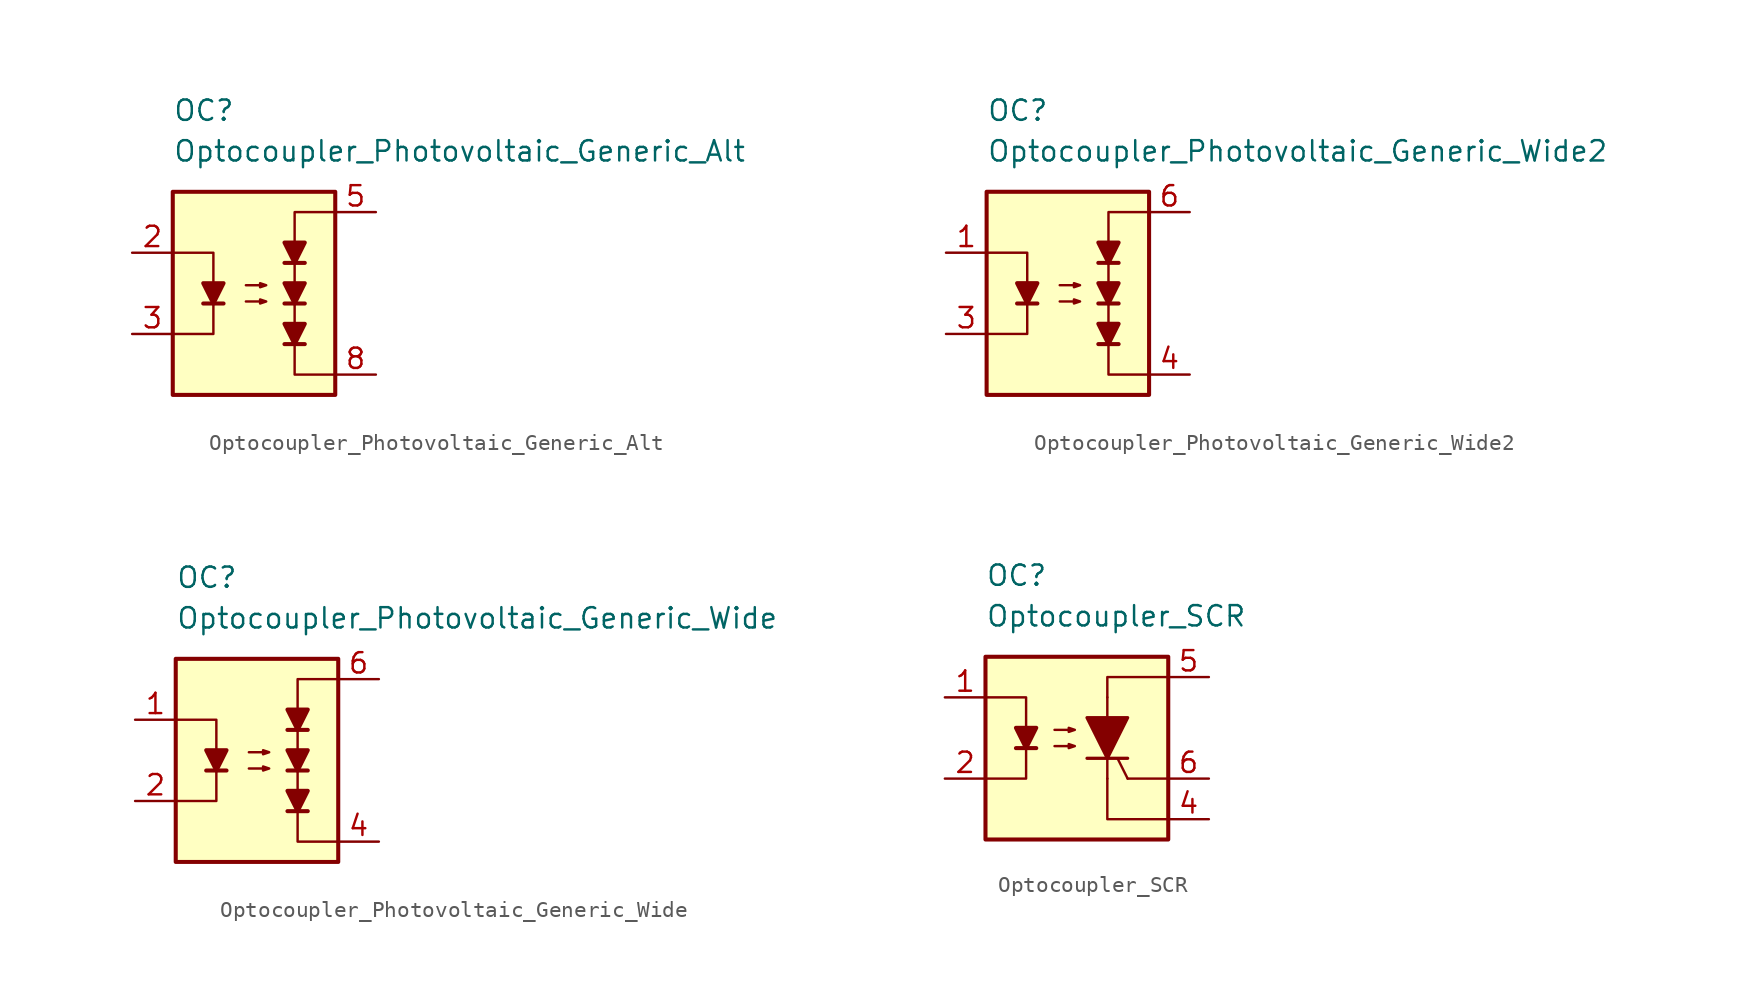
<source format=kicad_sym>
(kicad_symbol_lib
  (version 20231120)
  (generator "kicad_symbol_editor")
  (generator_version "8.0")
  (symbol "Optocoupler_Photovoltaic_Generic_Alt"
    (pin_names
      (offset 1.016))
    (property "Reference" "OC"
      (at -5.08 11.43 0)
      (effects (font (size 1.27 1.27)) (justify left)))
    (property "Value" "Optocoupler_Photovoltaic_Generic_Alt"
      (at -5.08 8.89 0)
      (effects (font (size 1.27 1.27)) (justify left)))
    (symbol "Optocoupler_Photovoltaic_Generic_Alt_0_0"
      (rectangle (start -5.08 6.35) (end 5.08 -6.35) (stroke (width 0.254) (type default)) (fill (type background)))
      (polyline (pts (xy 5.08 -5.08) (xy 2.54 -5.08) (xy 2.54 5.08) (xy 5.08 5.08)) (stroke (width 0) (type default)) (fill (type none))))
    (symbol "Optocoupler_Photovoltaic_Generic_Alt_0_1"
      (polyline (pts (xy -3.175 -0.635) (xy -1.905 -0.635)) (stroke (width 0.254) (type default)) (fill (type none)))
      (polyline (pts (xy -5.08 2.54) (xy -2.54 2.54) (xy -2.54 -0.635)) (stroke (width 0) (type default)) (fill (type none)))
      (polyline (pts (xy -2.54 -0.635) (xy -2.54 -2.54) (xy -5.08 -2.54)) (stroke (width 0) (type default)) (fill (type none)))
      (polyline (pts (xy -2.54 -0.635) (xy -3.175 0.635) (xy -1.905 0.635) (xy -2.54 -0.635)) (stroke (width 0.254) (type default)) (fill (type outline)))
      (polyline (pts (xy -0.508 -0.508) (xy 0.762 -0.508) (xy 0.381 -0.635) (xy 0.381 -0.381) (xy 0.762 -0.508)) (stroke (width 0) (type default)) (fill (type none)))
      (polyline (pts (xy -0.508 0.508) (xy 0.762 0.508) (xy 0.381 0.381) (xy 0.381 0.635) (xy 0.762 0.508)) (stroke (width 0) (type default)) (fill (type none))))
    (symbol "Optocoupler_Photovoltaic_Generic_Alt_1_1"
      (polyline (pts (xy 1.905 -3.175) (xy 3.175 -3.175)) (stroke (width 0.254) (type default)) (fill (type none)))
      (polyline (pts (xy 1.905 -0.635) (xy 3.175 -0.635)) (stroke (width 0.254) (type default)) (fill (type none)))
      (polyline (pts (xy 1.905 1.905) (xy 3.175 1.905)) (stroke (width 0.254) (type default)) (fill (type none)))
      (polyline (pts (xy 2.54 -3.175) (xy 1.905 -1.905) (xy 3.175 -1.905) (xy 2.54 -3.175)) (stroke (width 0.254) (type default)) (fill (type outline)))
      (polyline (pts (xy 2.54 -0.635) (xy 1.905 0.635) (xy 3.175 0.635) (xy 2.54 -0.635)) (stroke (width 0.254) (type default)) (fill (type outline)))
      (polyline (pts (xy 2.54 1.905) (xy 1.905 3.175) (xy 3.175 3.175) (xy 2.54 1.905)) (stroke (width 0.254) (type default)) (fill (type outline)))
      (pin free line (at -1.27 3.81 0) (length 2.54) hide (name "NC" (effects (font (size 1.27 1.27)))) (number "1" (effects (font (size 1.27 1.27)))))
      (pin passive line (at -7.62 2.54 0) (length 2.54) (name "~" (effects (font (size 1.27 1.27)))) (number "2" (effects (font (size 1.27 1.27)))))
      (pin passive line (at -7.62 -2.54 0) (length 2.54) (name "~" (effects (font (size 1.27 1.27)))) (number "3" (effects (font (size 1.27 1.27)))))
      (pin free line (at -1.27 1.27 0) (length 2.54) hide (name "NC" (effects (font (size 1.27 1.27)))) (number "4" (effects (font (size 1.27 1.27)))))
      (pin passive line (at 7.62 5.08 180) (length 2.54) (name "~" (effects (font (size 1.27 1.27)))) (number "5" (effects (font (size 1.27 1.27)))))
      (pin free line (at -1.27 -1.27 0) (length 2.54) hide (name "NC" (effects (font (size 1.27 1.27)))) (number "6" (effects (font (size 1.27 1.27)))))
      (pin free line (at -1.27 -3.81 0) (length 2.54) hide (name "NC" (effects (font (size 1.27 1.27)))) (number "7" (effects (font (size 1.27 1.27)))))
      (pin passive line (at 7.62 -5.08 180) (length 2.54) (name "~" (effects (font (size 1.27 1.27)))) (number "8" (effects (font (size 1.27 1.27)))))))
  (symbol "Optocoupler_Photovoltaic_Generic_Wide2"
    (pin_names
      (offset 1.016))
    (property "Reference" "OC"
      (at -5.08 11.43 0)
      (effects (font (size 1.27 1.27)) (justify left)))
    (property "Value" "Optocoupler_Photovoltaic_Generic_Wide2"
      (at -5.08 8.89 0)
      (effects (font (size 1.27 1.27)) (justify left)))
    (symbol "Optocoupler_Photovoltaic_Generic_Wide2_0_0"
      (rectangle (start -5.08 6.35) (end 5.08 -6.35) (stroke (width 0.254) (type default)) (fill (type background)))
      (polyline (pts (xy 5.08 -5.08) (xy 2.54 -5.08) (xy 2.54 5.08) (xy 5.08 5.08)) (stroke (width 0) (type default)) (fill (type none))))
    (symbol "Optocoupler_Photovoltaic_Generic_Wide2_0_1"
      (polyline (pts (xy -3.175 -0.635) (xy -1.905 -0.635)) (stroke (width 0.254) (type default)) (fill (type none)))
      (polyline (pts (xy -5.08 2.54) (xy -2.54 2.54) (xy -2.54 -0.635)) (stroke (width 0) (type default)) (fill (type none)))
      (polyline (pts (xy -2.54 -0.635) (xy -2.54 -2.54) (xy -5.08 -2.54)) (stroke (width 0) (type default)) (fill (type none)))
      (polyline (pts (xy -2.54 -0.635) (xy -3.175 0.635) (xy -1.905 0.635) (xy -2.54 -0.635)) (stroke (width 0.254) (type default)) (fill (type outline)))
      (polyline (pts (xy -0.508 -0.508) (xy 0.762 -0.508) (xy 0.381 -0.635) (xy 0.381 -0.381) (xy 0.762 -0.508)) (stroke (width 0) (type default)) (fill (type none)))
      (polyline (pts (xy -0.508 0.508) (xy 0.762 0.508) (xy 0.381 0.381) (xy 0.381 0.635) (xy 0.762 0.508)) (stroke (width 0) (type default)) (fill (type none))))
    (symbol "Optocoupler_Photovoltaic_Generic_Wide2_1_1"
      (polyline (pts (xy 1.905 -3.175) (xy 3.175 -3.175)) (stroke (width 0.254) (type default)) (fill (type none)))
      (polyline (pts (xy 1.905 -0.635) (xy 3.175 -0.635)) (stroke (width 0.254) (type default)) (fill (type none)))
      (polyline (pts (xy 1.905 1.905) (xy 3.175 1.905)) (stroke (width 0.254) (type default)) (fill (type none)))
      (polyline (pts (xy 2.54 -3.175) (xy 1.905 -1.905) (xy 3.175 -1.905) (xy 2.54 -3.175)) (stroke (width 0.254) (type default)) (fill (type outline)))
      (polyline (pts (xy 2.54 -0.635) (xy 1.905 0.635) (xy 3.175 0.635) (xy 2.54 -0.635)) (stroke (width 0.254) (type default)) (fill (type outline)))
      (polyline (pts (xy 2.54 1.905) (xy 1.905 3.175) (xy 3.175 3.175) (xy 2.54 1.905)) (stroke (width 0.254) (type default)) (fill (type outline)))
      (pin passive line (at -7.62 2.54 0) (length 2.54) (name "~" (effects (font (size 1.27 1.27)))) (number "1" (effects (font (size 1.27 1.27)))))
      (pin passive line (at -7.62 -2.54 0) (length 2.54) (name "~" (effects (font (size 1.27 1.27)))) (number "3" (effects (font (size 1.27 1.27)))))
      (pin passive line (at 7.62 -5.08 180) (length 2.54) (name "~" (effects (font (size 1.27 1.27)))) (number "4" (effects (font (size 1.27 1.27)))))
      (pin passive line (at 7.62 5.08 180) (length 2.54) (name "~" (effects (font (size 1.27 1.27)))) (number "6" (effects (font (size 1.27 1.27)))))))
  (symbol "Optocoupler_Photovoltaic_Generic_Wide"
    (pin_names
      (offset 1.016))
    (property "Reference" "OC"
      (at -5.08 11.43 0)
      (effects (font (size 1.27 1.27)) (justify left)))
    (property "Value" "Optocoupler_Photovoltaic_Generic_Wide"
      (at -5.08 8.89 0)
      (effects (font (size 1.27 1.27)) (justify left)))
    (symbol "Optocoupler_Photovoltaic_Generic_Wide_0_0"
      (rectangle (start -5.08 6.35) (end 5.08 -6.35) (stroke (width 0.254) (type default)) (fill (type background)))
      (polyline (pts (xy 5.08 -5.08) (xy 2.54 -5.08) (xy 2.54 5.08) (xy 5.08 5.08)) (stroke (width 0) (type default)) (fill (type none))))
    (symbol "Optocoupler_Photovoltaic_Generic_Wide_0_1"
      (polyline (pts (xy -3.175 -0.635) (xy -1.905 -0.635)) (stroke (width 0.254) (type default)) (fill (type none)))
      (polyline (pts (xy -5.08 2.54) (xy -2.54 2.54) (xy -2.54 -0.635)) (stroke (width 0) (type default)) (fill (type none)))
      (polyline (pts (xy -2.54 -0.635) (xy -2.54 -2.54) (xy -5.08 -2.54)) (stroke (width 0) (type default)) (fill (type none)))
      (polyline (pts (xy -2.54 -0.635) (xy -3.175 0.635) (xy -1.905 0.635) (xy -2.54 -0.635)) (stroke (width 0.254) (type default)) (fill (type outline)))
      (polyline (pts (xy -0.508 -0.508) (xy 0.762 -0.508) (xy 0.381 -0.635) (xy 0.381 -0.381) (xy 0.762 -0.508)) (stroke (width 0) (type default)) (fill (type none)))
      (polyline (pts (xy -0.508 0.508) (xy 0.762 0.508) (xy 0.381 0.381) (xy 0.381 0.635) (xy 0.762 0.508)) (stroke (width 0) (type default)) (fill (type none))))
    (symbol "Optocoupler_Photovoltaic_Generic_Wide_1_1"
      (polyline (pts (xy 1.905 -3.175) (xy 3.175 -3.175)) (stroke (width 0.254) (type default)) (fill (type none)))
      (polyline (pts (xy 1.905 -0.635) (xy 3.175 -0.635)) (stroke (width 0.254) (type default)) (fill (type none)))
      (polyline (pts (xy 1.905 1.905) (xy 3.175 1.905)) (stroke (width 0.254) (type default)) (fill (type none)))
      (polyline (pts (xy 2.54 -3.175) (xy 1.905 -1.905) (xy 3.175 -1.905) (xy 2.54 -3.175)) (stroke (width 0.254) (type default)) (fill (type outline)))
      (polyline (pts (xy 2.54 -0.635) (xy 1.905 0.635) (xy 3.175 0.635) (xy 2.54 -0.635)) (stroke (width 0.254) (type default)) (fill (type outline)))
      (polyline (pts (xy 2.54 1.905) (xy 1.905 3.175) (xy 3.175 3.175) (xy 2.54 1.905)) (stroke (width 0.254) (type default)) (fill (type outline)))
      (pin passive line (at -7.62 2.54 0) (length 2.54) (name "~" (effects (font (size 1.27 1.27)))) (number "1" (effects (font (size 1.27 1.27)))))
      (pin passive line (at -7.62 -2.54 0) (length 2.54) (name "~" (effects (font (size 1.27 1.27)))) (number "2" (effects (font (size 1.27 1.27)))))
      (pin free line (at 0 1.27 0) (length 2.54) hide (name "NC" (effects (font (size 1.27 1.27)))) (number "3" (effects (font (size 1.27 1.27)))))
      (pin passive line (at 7.62 -5.08 180) (length 2.54) (name "~" (effects (font (size 1.27 1.27)))) (number "4" (effects (font (size 1.27 1.27)))))
      (pin free line (at 0 -1.27 0) (length 2.54) hide (name "NC" (effects (font (size 1.27 1.27)))) (number "5" (effects (font (size 1.27 1.27)))))
      (pin passive line (at 7.62 5.08 180) (length 2.54) (name "~" (effects (font (size 1.27 1.27)))) (number "6" (effects (font (size 1.27 1.27)))))))
  (symbol "Optocoupler_SCR"
    (pin_names
      (offset 1.016))
    (property "Reference" "OC"
      (at -5.08 10.16 0)
      (effects (font (size 1.27 1.27)) (justify left)))
    (property "Value" "Optocoupler_SCR"
      (at -5.08 7.62 0)
      (effects (font (size 1.27 1.27)) (justify left)))
    (symbol "Optocoupler_SCR_0_1"
      (rectangle (start -5.08 5.08) (end 6.35 -6.35) (stroke (width 0.254) (type default)) (fill (type background)))
      (polyline (pts (xy -3.175 -0.635) (xy -1.905 -0.635)) (stroke (width 0.254) (type default)) (fill (type none)))
      (polyline (pts (xy 6.35 -2.54) (xy 3.81 -2.54)) (stroke (width 0) (type default)) (fill (type none)))
      (polyline (pts (xy -5.08 2.54) (xy -2.54 2.54) (xy -2.54 -0.635)) (stroke (width 0) (type default)) (fill (type none)))
      (polyline (pts (xy -2.54 -0.635) (xy -2.54 -2.54) (xy -5.08 -2.54)) (stroke (width 0) (type default)) (fill (type none)))
      (polyline (pts (xy 6.35 -5.08) (xy 2.54 -5.08) (xy 2.54 -2.54)) (stroke (width 0) (type default)) (fill (type none)))
      (polyline (pts (xy 6.35 3.81) (xy 2.54 3.81) (xy 2.54 2.54)) (stroke (width 0) (type default)) (fill (type none)))
      (polyline (pts (xy -2.54 -0.635) (xy -3.175 0.635) (xy -1.905 0.635) (xy -2.54 -0.635)) (stroke (width 0.254) (type default)) (fill (type outline)))
      (polyline (pts (xy -0.762 -0.508) (xy 0.508 -0.508) (xy 0.127 -0.635) (xy 0.127 -0.381) (xy 0.508 -0.508)) (stroke (width 0) (type default)) (fill (type none)))
      (polyline (pts (xy -0.762 0.508) (xy 0.508 0.508) (xy 0.127 0.381) (xy 0.127 0.635) (xy 0.508 0.508)) (stroke (width 0) (type default)) (fill (type none))))
    (symbol "Optocoupler_SCR_1_1"
      (polyline (pts (xy 2.54 -2.54) (xy 2.54 2.54)) (stroke (width 0) (type default)) (fill (type none)))
      (polyline (pts (xy 3.81 -2.54) (xy 3.175 -1.27)) (stroke (width 0) (type default)) (fill (type none)))
      (polyline (pts (xy 3.81 -1.27) (xy 1.27 -1.27)) (stroke (width 0.203) (type default)) (fill (type none)))
      (polyline (pts (xy 3.81 1.27) (xy 1.27 1.27) (xy 2.54 -1.27) (xy 3.81 1.27)) (stroke (width 0.203) (type default)) (fill (type outline)))
      (pin passive line (at -7.62 2.54 0) (length 2.54) (name "~" (effects (font (size 1.27 1.27)))) (number "1" (effects (font (size 1.27 1.27)))))
      (pin passive line (at -7.62 -2.54 0) (length 2.54) (name "~" (effects (font (size 1.27 1.27)))) (number "2" (effects (font (size 1.27 1.27)))))
      (pin free line (at 0 0 0) (length 2.54) hide (name "NC" (effects (font (size 1.27 1.27)))) (number "3" (effects (font (size 1.27 1.27)))))
      (pin passive line (at 8.89 -5.08 180) (length 2.54) (name "~" (effects (font (size 1.27 1.27)))) (number "4" (effects (font (size 1.27 1.27)))))
      (pin passive line (at 8.89 3.81 180) (length 2.54) (name "~" (effects (font (size 1.27 1.27)))) (number "5" (effects (font (size 1.27 1.27)))))
      (pin passive line (at 8.89 -2.54 180) (length 2.54) (name "~" (effects (font (size 1.27 1.27)))) (number "6" (effects (font (size 1.27 1.27))))))))
</source>
